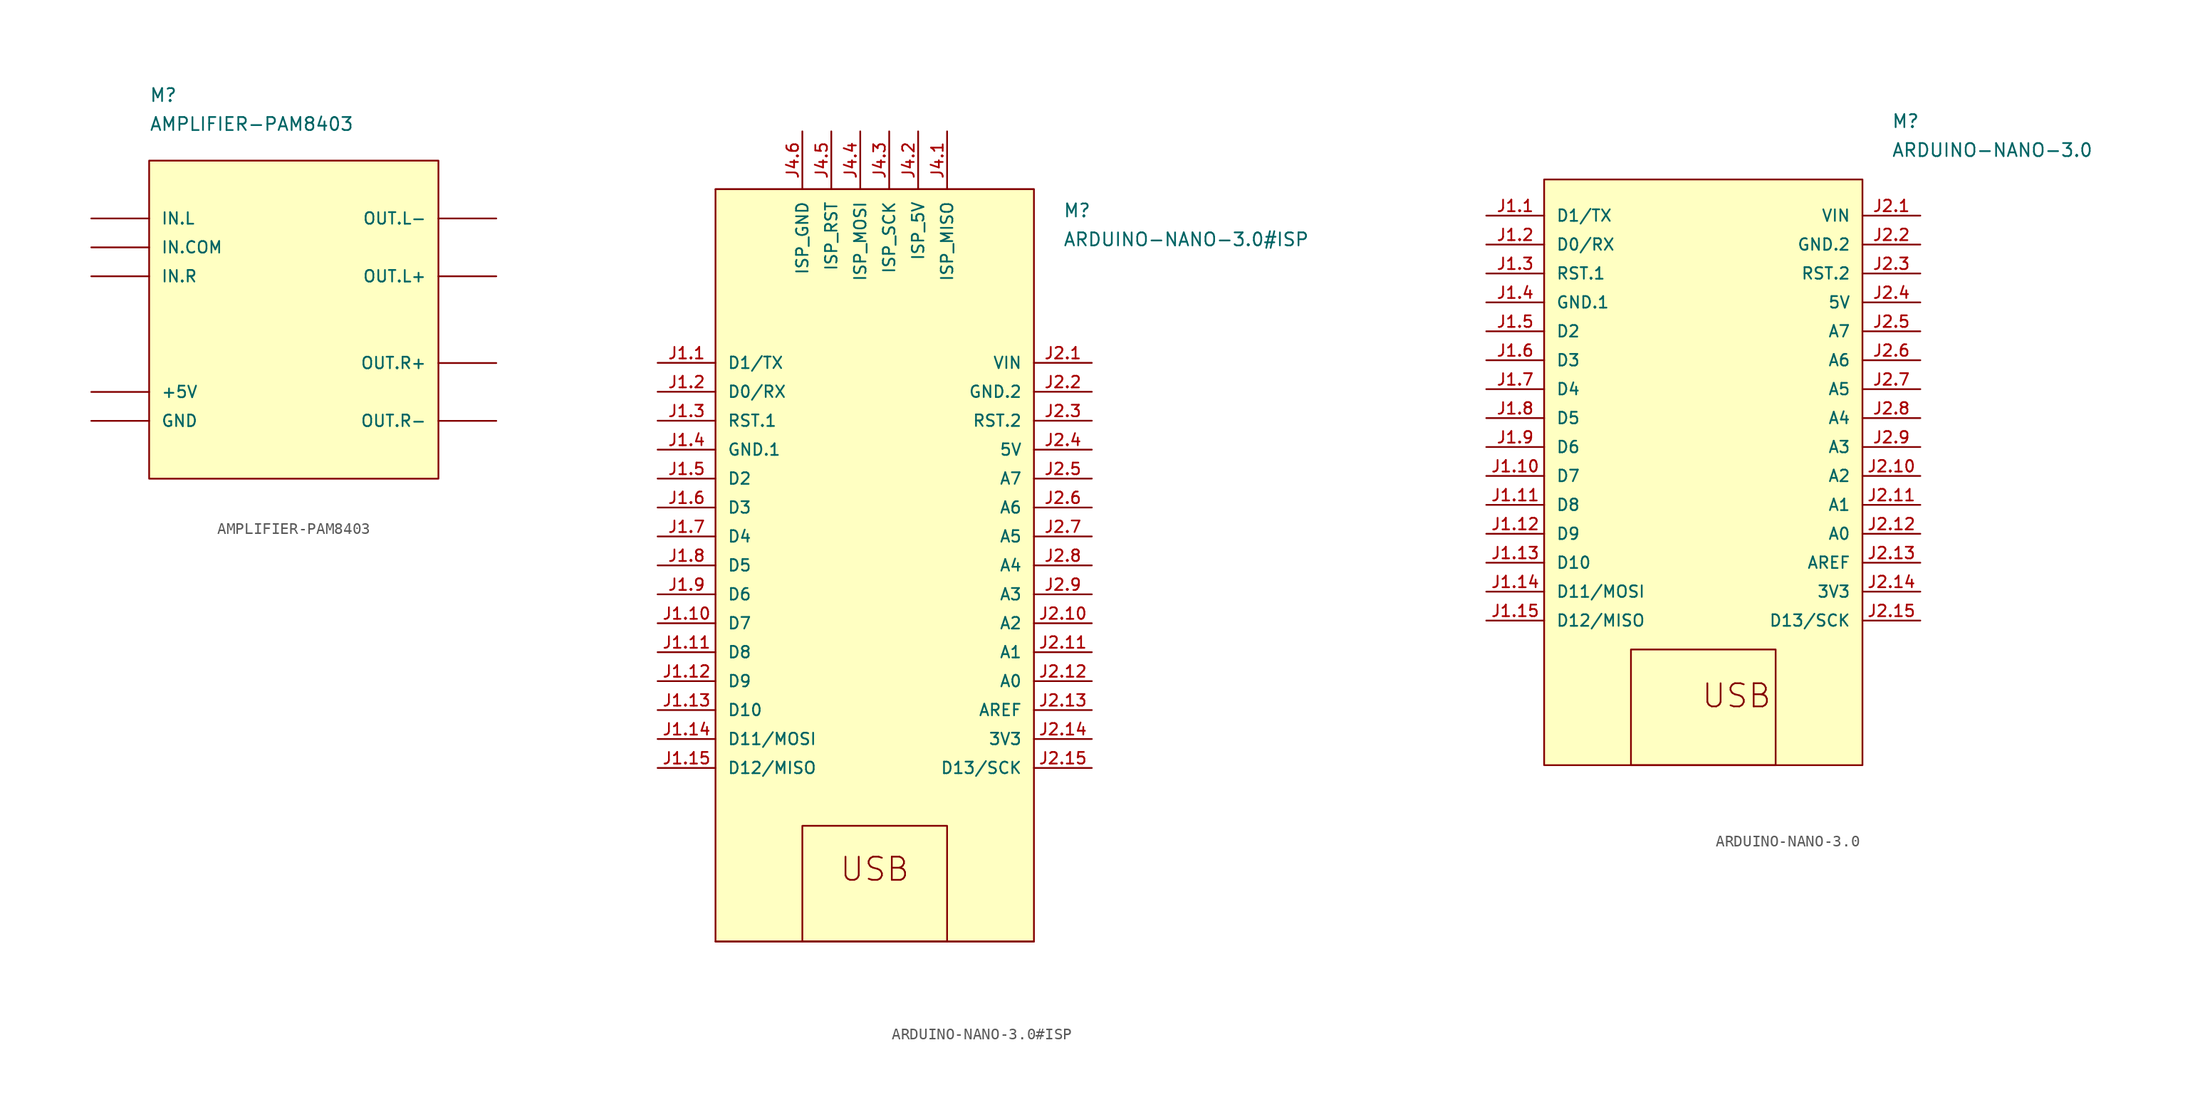
<source format=kicad_sym>
(kicad_symbol_lib
  (version 20231120)
  (generator "kicad_symbol_editor")
  (generator_version "8.0")
  (symbol "AMPLIFIER-PAM8403"
    (pin_numbers hide)
    (pin_names
      (offset 1.016))
    (property "Reference" "M"
      (at -12.7 17.78 0)
      (effects (font (size 1.143 1.143)) (justify left bottom)))
    (property "Value" "AMPLIFIER-PAM8403"
      (at -12.7 15.24 0)
      (effects (font (size 1.143 1.143)) (justify left bottom)))
    (property "ki_locked" ""
      (at 0 0 0)
      (effects (font (size 1.27 1.27))))
    (symbol "AMPLIFIER-PAM8403_1_1"
      (rectangle (start -12.7 12.7) (end 12.7 -15.24) (stroke (width 0) (type default)) (fill (type background)))
      (pin power_in line (at -17.78 -7.62 0) (length 5.08) (name "+5V" (effects (font (size 1.016 1.016)))) (number "+5V" (effects (font (size 1.016 1.016)))))
      (pin power_in line (at -17.78 -10.16 0) (length 5.08) (name "GND" (effects (font (size 1.016 1.016)))) (number "GND" (effects (font (size 1.016 1.016)))))
      (pin input line (at -17.78 5.08 0) (length 5.08) (name "IN.COM" (effects (font (size 1.016 1.016)))) (number "IN.COM" (effects (font (size 1.016 1.016)))))
      (pin input line (at -17.78 7.62 0) (length 5.08) (name "IN.L" (effects (font (size 1.016 1.016)))) (number "IN.L" (effects (font (size 1.016 1.016)))))
      (pin bidirectional line (at -17.78 2.54 0) (length 5.08) (name "IN.R" (effects (font (size 1.016 1.016)))) (number "IN.R" (effects (font (size 1.016 1.016)))))
      (pin output line (at 17.78 2.54 180) (length 5.08) (name "OUT.L+" (effects (font (size 1.016 1.016)))) (number "OUT.L+" (effects (font (size 1.016 1.016)))))
      (pin output line (at 17.78 7.62 180) (length 5.08) (name "OUT.L-" (effects (font (size 1.016 1.016)))) (number "OUT.L-" (effects (font (size 1.016 1.016)))))
      (pin output line (at 17.78 -5.08 180) (length 5.08) (name "OUT.R+" (effects (font (size 1.016 1.016)))) (number "OUT.R+" (effects (font (size 1.016 1.016)))))
      (pin output line (at 17.78 -10.16 180) (length 5.08) (name "OUT.R-" (effects (font (size 1.016 1.016)))) (number "OUT.R-" (effects (font (size 1.016 1.016)))))))
  (symbol "ARDUINO-NANO-3.0#ISP"
    (pin_names
      (offset 1.016))
    (property "Reference" "M"
      (at 16.51 29.21 0)
      (effects (font (size 1.143 1.143)) (justify left bottom)))
    (property "Value" "ARDUINO-NANO-3.0#ISP"
      (at 16.51 26.67 0)
      (effects (font (size 1.143 1.143)) (justify left bottom)))
    (property "ki_locked" ""
      (at 0 0 0)
      (effects (font (size 1.27 1.27))))
    (symbol "ARDUINO-NANO-3.0#ISP_1_0"
      (polyline (pts (xy -13.97 31.75) (xy 13.97 31.75)) (stroke (width 0) (type default)) (fill (type none)))
      (polyline (pts (xy -6.35 -34.29) (xy -13.97 -34.29)) (stroke (width 0) (type default)) (fill (type none)))
      (polyline (pts (xy 6.35 -34.29) (xy -6.35 -34.29)) (stroke (width 0) (type default)) (fill (type none)))
      (polyline (pts (xy 13.97 -34.29) (xy 6.35 -34.29)) (stroke (width 0) (type default)) (fill (type none)))
      (text "USB" (at 0 -27.94 0) (effects (font (size 2.032 2.032)))))
    (symbol "ARDUINO-NANO-3.0#ISP_1_1"
      (rectangle (start -13.97 31.75) (end 13.97 -34.29) (stroke (width 0) (type default)) (fill (type background)))
      (rectangle (start -6.35 -24.13) (end 6.35 -34.29) (stroke (width 0) (type default)) (fill (type none)))
      (pin bidirectional line (at -19.05 16.51 0) (length 5.08) (name "D1/TX" (effects (font (size 1.016 1.016)))) (number "J1.1" (effects (font (size 1.016 1.016)))))
      (pin bidirectional line (at -19.05 -6.35 0) (length 5.08) (name "D7" (effects (font (size 1.016 1.016)))) (number "J1.10" (effects (font (size 1.016 1.016)))))
      (pin bidirectional line (at -19.05 -8.89 0) (length 5.08) (name "D8" (effects (font (size 1.016 1.016)))) (number "J1.11" (effects (font (size 1.016 1.016)))))
      (pin bidirectional line (at -19.05 -11.43 0) (length 5.08) (name "D9" (effects (font (size 1.016 1.016)))) (number "J1.12" (effects (font (size 1.016 1.016)))))
      (pin bidirectional line (at -19.05 -13.97 0) (length 5.08) (name "D10" (effects (font (size 1.016 1.016)))) (number "J1.13" (effects (font (size 1.016 1.016)))))
      (pin bidirectional line (at -19.05 -16.51 0) (length 5.08) (name "D11/MOSI" (effects (font (size 1.016 1.016)))) (number "J1.14" (effects (font (size 1.016 1.016)))))
      (pin bidirectional line (at -19.05 -19.05 0) (length 5.08) (name "D12/MISO" (effects (font (size 1.016 1.016)))) (number "J1.15" (effects (font (size 1.016 1.016)))))
      (pin bidirectional line (at -19.05 13.97 0) (length 5.08) (name "D0/RX" (effects (font (size 1.016 1.016)))) (number "J1.2" (effects (font (size 1.016 1.016)))))
      (pin bidirectional line (at -19.05 11.43 0) (length 5.08) (name "RST.1" (effects (font (size 1.016 1.016)))) (number "J1.3" (effects (font (size 1.016 1.016)))))
      (pin power_in line (at -19.05 8.89 0) (length 5.08) (name "GND.1" (effects (font (size 1.016 1.016)))) (number "J1.4" (effects (font (size 1.016 1.016)))))
      (pin bidirectional line (at -19.05 6.35 0) (length 5.08) (name "D2" (effects (font (size 1.016 1.016)))) (number "J1.5" (effects (font (size 1.016 1.016)))))
      (pin bidirectional line (at -19.05 3.81 0) (length 5.08) (name "D3" (effects (font (size 1.016 1.016)))) (number "J1.6" (effects (font (size 1.016 1.016)))))
      (pin bidirectional line (at -19.05 1.27 0) (length 5.08) (name "D4" (effects (font (size 1.016 1.016)))) (number "J1.7" (effects (font (size 1.016 1.016)))))
      (pin bidirectional line (at -19.05 -1.27 0) (length 5.08) (name "D5" (effects (font (size 1.016 1.016)))) (number "J1.8" (effects (font (size 1.016 1.016)))))
      (pin bidirectional line (at -19.05 -3.81 0) (length 5.08) (name "D6" (effects (font (size 1.016 1.016)))) (number "J1.9" (effects (font (size 1.016 1.016)))))
      (pin power_in line (at 19.05 16.51 180) (length 5.08) (name "VIN" (effects (font (size 1.016 1.016)))) (number "J2.1" (effects (font (size 1.016 1.016)))))
      (pin bidirectional line (at 19.05 -6.35 180) (length 5.08) (name "A2" (effects (font (size 1.016 1.016)))) (number "J2.10" (effects (font (size 1.016 1.016)))))
      (pin bidirectional line (at 19.05 -8.89 180) (length 5.08) (name "A1" (effects (font (size 1.016 1.016)))) (number "J2.11" (effects (font (size 1.016 1.016)))))
      (pin bidirectional line (at 19.05 -11.43 180) (length 5.08) (name "A0" (effects (font (size 1.016 1.016)))) (number "J2.12" (effects (font (size 1.016 1.016)))))
      (pin bidirectional line (at 19.05 -13.97 180) (length 5.08) (name "AREF" (effects (font (size 1.016 1.016)))) (number "J2.13" (effects (font (size 1.016 1.016)))))
      (pin power_in line (at 19.05 -16.51 180) (length 5.08) (name "3V3" (effects (font (size 1.016 1.016)))) (number "J2.14" (effects (font (size 1.016 1.016)))))
      (pin bidirectional line (at 19.05 -19.05 180) (length 5.08) (name "D13/SCK" (effects (font (size 1.016 1.016)))) (number "J2.15" (effects (font (size 1.016 1.016)))))
      (pin power_in line (at 19.05 13.97 180) (length 5.08) (name "GND.2" (effects (font (size 1.016 1.016)))) (number "J2.2" (effects (font (size 1.016 1.016)))))
      (pin bidirectional line (at 19.05 11.43 180) (length 5.08) (name "RST.2" (effects (font (size 1.016 1.016)))) (number "J2.3" (effects (font (size 1.016 1.016)))))
      (pin power_in line (at 19.05 8.89 180) (length 5.08) (name "5V" (effects (font (size 1.016 1.016)))) (number "J2.4" (effects (font (size 1.016 1.016)))))
      (pin bidirectional line (at 19.05 6.35 180) (length 5.08) (name "A7" (effects (font (size 1.016 1.016)))) (number "J2.5" (effects (font (size 1.016 1.016)))))
      (pin bidirectional line (at 19.05 3.81 180) (length 5.08) (name "A6" (effects (font (size 1.016 1.016)))) (number "J2.6" (effects (font (size 1.016 1.016)))))
      (pin bidirectional line (at 19.05 1.27 180) (length 5.08) (name "A5" (effects (font (size 1.016 1.016)))) (number "J2.7" (effects (font (size 1.016 1.016)))))
      (pin bidirectional line (at 19.05 -1.27 180) (length 5.08) (name "A4" (effects (font (size 1.016 1.016)))) (number "J2.8" (effects (font (size 1.016 1.016)))))
      (pin bidirectional line (at 19.05 -3.81 180) (length 5.08) (name "A3" (effects (font (size 1.016 1.016)))) (number "J2.9" (effects (font (size 1.016 1.016)))))
      (pin bidirectional line (at 6.35 36.83 270) (length 5.08) (name "ISP_MISO" (effects (font (size 1.016 1.016)))) (number "J4.1" (effects (font (size 1.016 1.016)))))
      (pin bidirectional line (at 3.81 36.83 270) (length 5.08) (name "ISP_5V" (effects (font (size 1.016 1.016)))) (number "J4.2" (effects (font (size 1.016 1.016)))))
      (pin bidirectional line (at 1.27 36.83 270) (length 5.08) (name "ISP_SCK" (effects (font (size 1.016 1.016)))) (number "J4.3" (effects (font (size 1.016 1.016)))))
      (pin bidirectional line (at -1.27 36.83 270) (length 5.08) (name "ISP_MOSI" (effects (font (size 1.016 1.016)))) (number "J4.4" (effects (font (size 1.016 1.016)))))
      (pin bidirectional line (at -3.81 36.83 270) (length 5.08) (name "ISP_RST" (effects (font (size 1.016 1.016)))) (number "J4.5" (effects (font (size 1.016 1.016)))))
      (pin bidirectional line (at -6.35 36.83 270) (length 5.08) (name "ISP_GND" (effects (font (size 1.016 1.016)))) (number "J4.6" (effects (font (size 1.016 1.016)))))))
  (symbol "ARDUINO-NANO-3.0"
    (pin_names
      (offset 1.016))
    (property "Reference" "M"
      (at 16.51 25.4 0)
      (effects (font (size 1.143 1.143)) (justify left bottom)))
    (property "Value" "ARDUINO-NANO-3.0"
      (at 16.51 22.86 0)
      (effects (font (size 1.143 1.143)) (justify left bottom)))
    (property "ki_locked" ""
      (at 0 0 0)
      (effects (font (size 1.27 1.27))))
    (symbol "ARDUINO-NANO-3.0_1_0"
      (text "USB" (at 2.921 -24.384 0) (effects (font (size 2.032 2.032)))))
    (symbol "ARDUINO-NANO-3.0_1_1"
      (rectangle (start -13.97 20.955) (end 13.97 -30.48) (stroke (width 0) (type default)) (fill (type background)))
      (rectangle (start -6.35 -20.32) (end 6.35 -30.48) (stroke (width 0) (type default)) (fill (type none)))
      (pin bidirectional line (at -19.05 17.78 0) (length 5.08) (name "D1/TX" (effects (font (size 1.016 1.016)))) (number "J1.1" (effects (font (size 1.016 1.016)))))
      (pin bidirectional line (at -19.05 -5.08 0) (length 5.08) (name "D7" (effects (font (size 1.016 1.016)))) (number "J1.10" (effects (font (size 1.016 1.016)))))
      (pin bidirectional line (at -19.05 -7.62 0) (length 5.08) (name "D8" (effects (font (size 1.016 1.016)))) (number "J1.11" (effects (font (size 1.016 1.016)))))
      (pin bidirectional line (at -19.05 -10.16 0) (length 5.08) (name "D9" (effects (font (size 1.016 1.016)))) (number "J1.12" (effects (font (size 1.016 1.016)))))
      (pin bidirectional line (at -19.05 -12.7 0) (length 5.08) (name "D10" (effects (font (size 1.016 1.016)))) (number "J1.13" (effects (font (size 1.016 1.016)))))
      (pin bidirectional line (at -19.05 -15.24 0) (length 5.08) (name "D11/MOSI" (effects (font (size 1.016 1.016)))) (number "J1.14" (effects (font (size 1.016 1.016)))))
      (pin bidirectional line (at -19.05 -17.78 0) (length 5.08) (name "D12/MISO" (effects (font (size 1.016 1.016)))) (number "J1.15" (effects (font (size 1.016 1.016)))))
      (pin bidirectional line (at -19.05 15.24 0) (length 5.08) (name "D0/RX" (effects (font (size 1.016 1.016)))) (number "J1.2" (effects (font (size 1.016 1.016)))))
      (pin bidirectional line (at -19.05 12.7 0) (length 5.08) (name "RST.1" (effects (font (size 1.016 1.016)))) (number "J1.3" (effects (font (size 1.016 1.016)))))
      (pin power_in line (at -19.05 10.16 0) (length 5.08) (name "GND.1" (effects (font (size 1.016 1.016)))) (number "J1.4" (effects (font (size 1.016 1.016)))))
      (pin bidirectional line (at -19.05 7.62 0) (length 5.08) (name "D2" (effects (font (size 1.016 1.016)))) (number "J1.5" (effects (font (size 1.016 1.016)))))
      (pin bidirectional line (at -19.05 5.08 0) (length 5.08) (name "D3" (effects (font (size 1.016 1.016)))) (number "J1.6" (effects (font (size 1.016 1.016)))))
      (pin bidirectional line (at -19.05 2.54 0) (length 5.08) (name "D4" (effects (font (size 1.016 1.016)))) (number "J1.7" (effects (font (size 1.016 1.016)))))
      (pin bidirectional line (at -19.05 0 0) (length 5.08) (name "D5" (effects (font (size 1.016 1.016)))) (number "J1.8" (effects (font (size 1.016 1.016)))))
      (pin bidirectional line (at -19.05 -2.54 0) (length 5.08) (name "D6" (effects (font (size 1.016 1.016)))) (number "J1.9" (effects (font (size 1.016 1.016)))))
      (pin power_in line (at 19.05 17.78 180) (length 5.08) (name "VIN" (effects (font (size 1.016 1.016)))) (number "J2.1" (effects (font (size 1.016 1.016)))))
      (pin bidirectional line (at 19.05 -5.08 180) (length 5.08) (name "A2" (effects (font (size 1.016 1.016)))) (number "J2.10" (effects (font (size 1.016 1.016)))))
      (pin bidirectional line (at 19.05 -7.62 180) (length 5.08) (name "A1" (effects (font (size 1.016 1.016)))) (number "J2.11" (effects (font (size 1.016 1.016)))))
      (pin bidirectional line (at 19.05 -10.16 180) (length 5.08) (name "A0" (effects (font (size 1.016 1.016)))) (number "J2.12" (effects (font (size 1.016 1.016)))))
      (pin bidirectional line (at 19.05 -12.7 180) (length 5.08) (name "AREF" (effects (font (size 1.016 1.016)))) (number "J2.13" (effects (font (size 1.016 1.016)))))
      (pin power_in line (at 19.05 -15.24 180) (length 5.08) (name "3V3" (effects (font (size 1.016 1.016)))) (number "J2.14" (effects (font (size 1.016 1.016)))))
      (pin bidirectional line (at 19.05 -17.78 180) (length 5.08) (name "D13/SCK" (effects (font (size 1.016 1.016)))) (number "J2.15" (effects (font (size 1.016 1.016)))))
      (pin power_in line (at 19.05 15.24 180) (length 5.08) (name "GND.2" (effects (font (size 1.016 1.016)))) (number "J2.2" (effects (font (size 1.016 1.016)))))
      (pin bidirectional line (at 19.05 12.7 180) (length 5.08) (name "RST.2" (effects (font (size 1.016 1.016)))) (number "J2.3" (effects (font (size 1.016 1.016)))))
      (pin power_in line (at 19.05 10.16 180) (length 5.08) (name "5V" (effects (font (size 1.016 1.016)))) (number "J2.4" (effects (font (size 1.016 1.016)))))
      (pin bidirectional line (at 19.05 7.62 180) (length 5.08) (name "A7" (effects (font (size 1.016 1.016)))) (number "J2.5" (effects (font (size 1.016 1.016)))))
      (pin bidirectional line (at 19.05 5.08 180) (length 5.08) (name "A6" (effects (font (size 1.016 1.016)))) (number "J2.6" (effects (font (size 1.016 1.016)))))
      (pin bidirectional line (at 19.05 2.54 180) (length 5.08) (name "A5" (effects (font (size 1.016 1.016)))) (number "J2.7" (effects (font (size 1.016 1.016)))))
      (pin bidirectional line (at 19.05 0 180) (length 5.08) (name "A4" (effects (font (size 1.016 1.016)))) (number "J2.8" (effects (font (size 1.016 1.016)))))
      (pin bidirectional line (at 19.05 -2.54 180) (length 5.08) (name "A3" (effects (font (size 1.016 1.016)))) (number "J2.9" (effects (font (size 1.016 1.016))))))))
</source>
